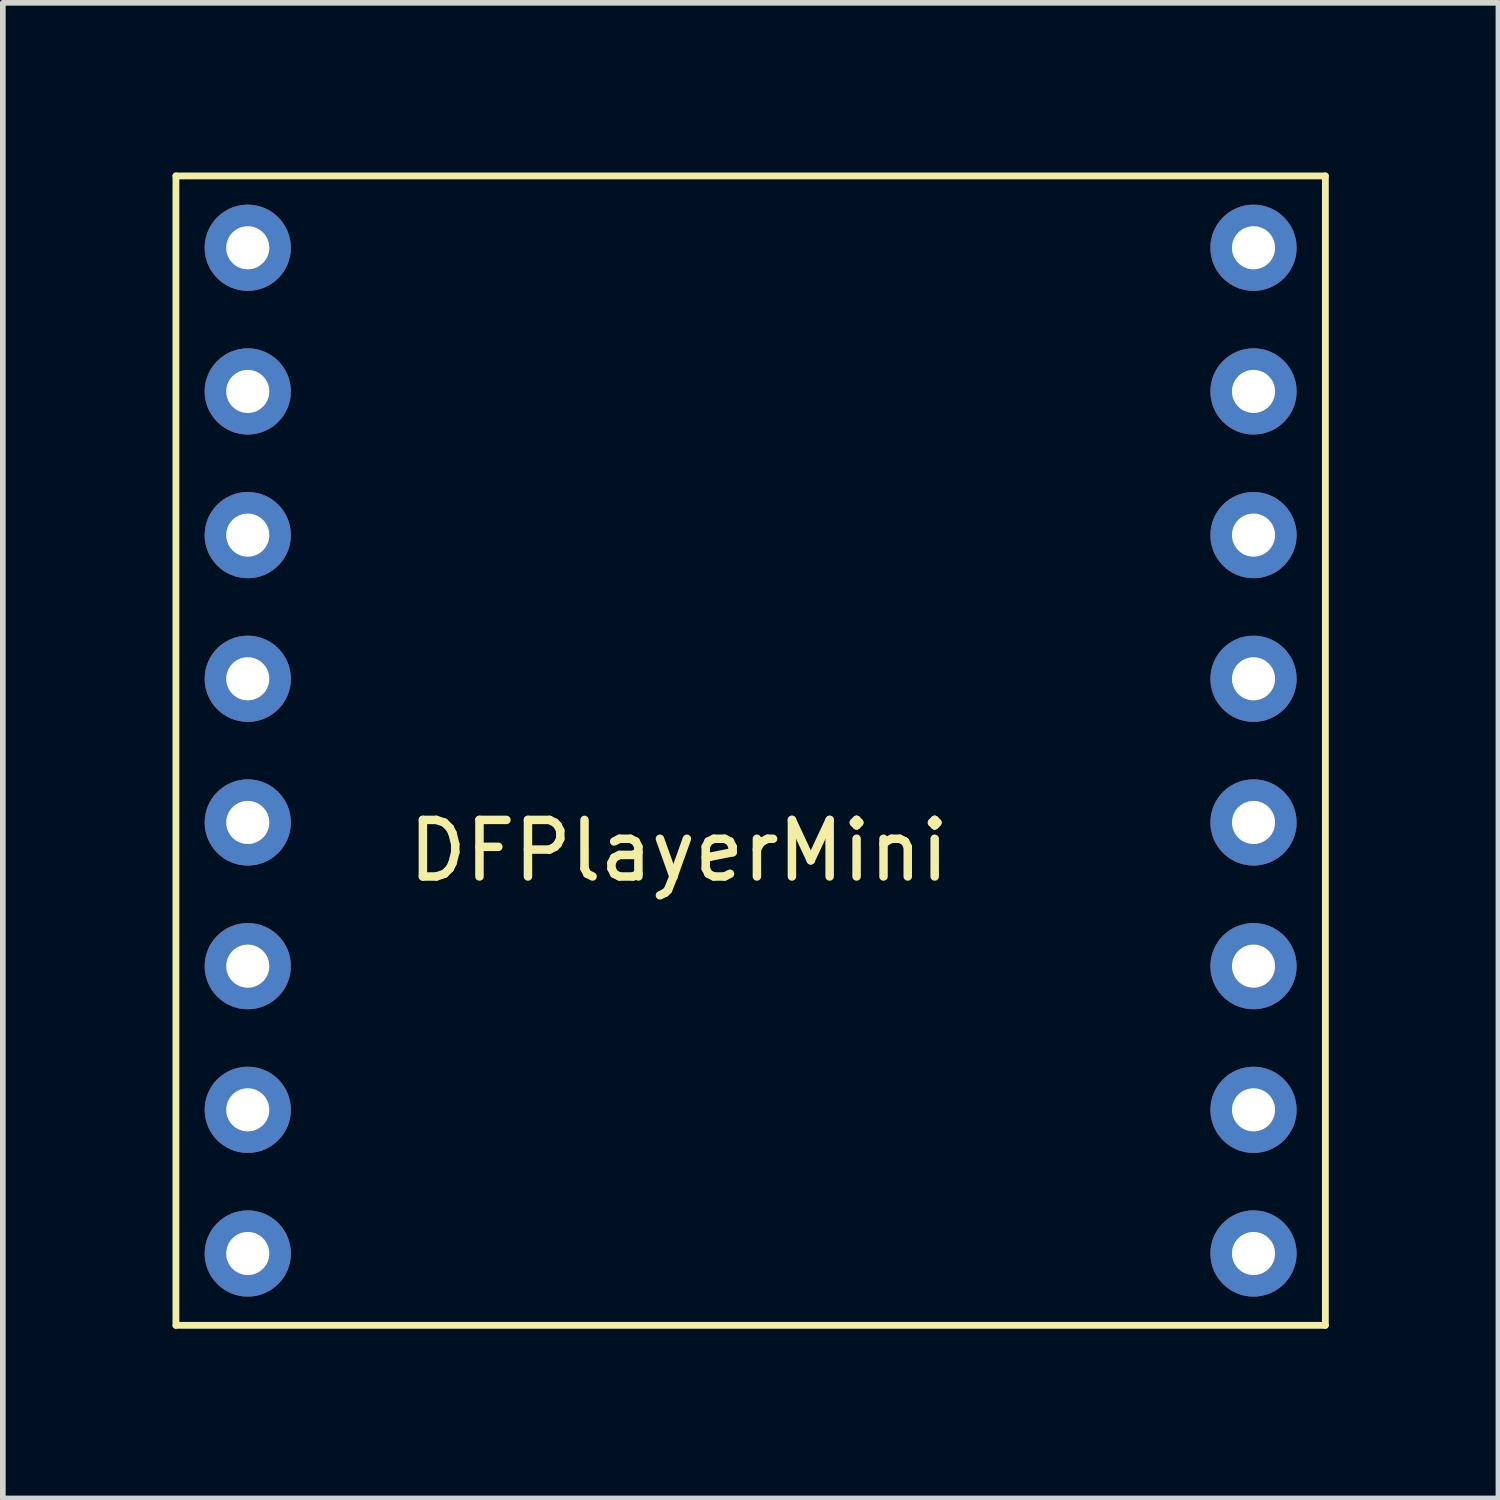
<source format=kicad_pcb>
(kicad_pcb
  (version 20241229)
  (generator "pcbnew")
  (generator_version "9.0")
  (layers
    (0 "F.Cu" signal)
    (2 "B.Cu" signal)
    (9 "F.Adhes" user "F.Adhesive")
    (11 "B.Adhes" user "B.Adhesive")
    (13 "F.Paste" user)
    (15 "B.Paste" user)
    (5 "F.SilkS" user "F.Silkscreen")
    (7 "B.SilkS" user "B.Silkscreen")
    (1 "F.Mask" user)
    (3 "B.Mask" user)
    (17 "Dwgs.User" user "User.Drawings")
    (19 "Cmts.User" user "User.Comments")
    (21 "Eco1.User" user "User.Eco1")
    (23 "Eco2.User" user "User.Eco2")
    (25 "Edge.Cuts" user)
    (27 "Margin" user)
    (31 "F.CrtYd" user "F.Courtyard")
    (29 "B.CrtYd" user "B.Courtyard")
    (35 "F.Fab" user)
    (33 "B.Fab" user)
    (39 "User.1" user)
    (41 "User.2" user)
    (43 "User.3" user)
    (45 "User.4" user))
  (footprint "DFPlayerMini"
    (layer "F.Cu")
    (at 8.95 11.49)
    (property "Reference" "DFPlayerMini" (at 0 0.5 0) (layer "F.SilkS") (effects (font (size 1 1) (thickness 0.15))))
    (attr through_hole)
    (fp_line (start -8.89 -11.43) (end -8.89 8.89) (stroke (width 0.12) (type solid)) (layer "F.SilkS"))
    (fp_line (start -8.89 8.89) (end 11.43 8.89) (stroke (width 0.12) (type solid)) (layer "F.SilkS"))
    (fp_line (start 11.43 -11.43) (end -8.89 -11.43) (stroke (width 0.12) (type solid)) (layer "F.SilkS"))
    (fp_line (start 11.43 8.89) (end 11.43 -11.43) (stroke (width 0.12) (type solid)) (layer "F.SilkS"))
    (pad "1" thru_hole circle (at -7.62 -10.16) (size 1.524 1.524) (drill 0.762) (layers "*.Cu" "*.Mask"))
    (pad "2" thru_hole circle (at -7.62 -7.62) (size 1.524 1.524) (drill 0.762) (layers "*.Cu" "*.Mask"))
    (pad "3" thru_hole circle (at -7.62 -5.08) (size 1.524 1.524) (drill 0.762) (layers "*.Cu" "*.Mask"))
    (pad "4" thru_hole circle (at -7.62 -2.54) (size 1.524 1.524) (drill 0.762) (layers "*.Cu" "*.Mask"))
    (pad "5" thru_hole circle (at -7.62 0) (size 1.524 1.524) (drill 0.762) (layers "*.Cu" "*.Mask"))
    (pad "6" thru_hole circle (at -7.62 2.54) (size 1.524 1.524) (drill 0.762) (layers "*.Cu" "*.Mask"))
    (pad "7" thru_hole circle (at -7.62 5.08) (size 1.524 1.524) (drill 0.762) (layers "*.Cu" "*.Mask"))
    (pad "8" thru_hole circle (at -7.62 7.62) (size 1.524 1.524) (drill 0.762) (layers "*.Cu" "*.Mask"))
    (pad "9" thru_hole circle (at 10.16 7.62) (size 1.524 1.524) (drill 0.762) (layers "*.Cu" "*.Mask"))
    (pad "10" thru_hole circle (at 10.16 5.08) (size 1.524 1.524) (drill 0.762) (layers "*.Cu" "*.Mask"))
    (pad "11" thru_hole circle (at 10.16 2.54) (size 1.524 1.524) (drill 0.762) (layers "*.Cu" "*.Mask"))
    (pad "12" thru_hole circle (at 10.16 0) (size 1.524 1.524) (drill 0.762) (layers "*.Cu" "*.Mask"))
    (pad "13" thru_hole circle (at 10.16 -2.54) (size 1.524 1.524) (drill 0.762) (layers "*.Cu" "*.Mask"))
    (pad "14" thru_hole circle (at 10.16 -5.08) (size 1.524 1.524) (drill 0.762) (layers "*.Cu" "*.Mask"))
    (pad "15" thru_hole circle (at 10.16 -7.62) (size 1.524 1.524) (drill 0.762) (layers "*.Cu" "*.Mask"))
    (pad "16" thru_hole circle (at 10.16 -10.16) (size 1.524 1.524) (drill 0.762) (layers "*.Cu" "*.Mask")))
  (gr_rect
    (start -3 -3)
    (end 23.44 23.44)
    (stroke (width 0.1) (type default))
    (fill no)
    (layer "Edge.Cuts")))
</source>
